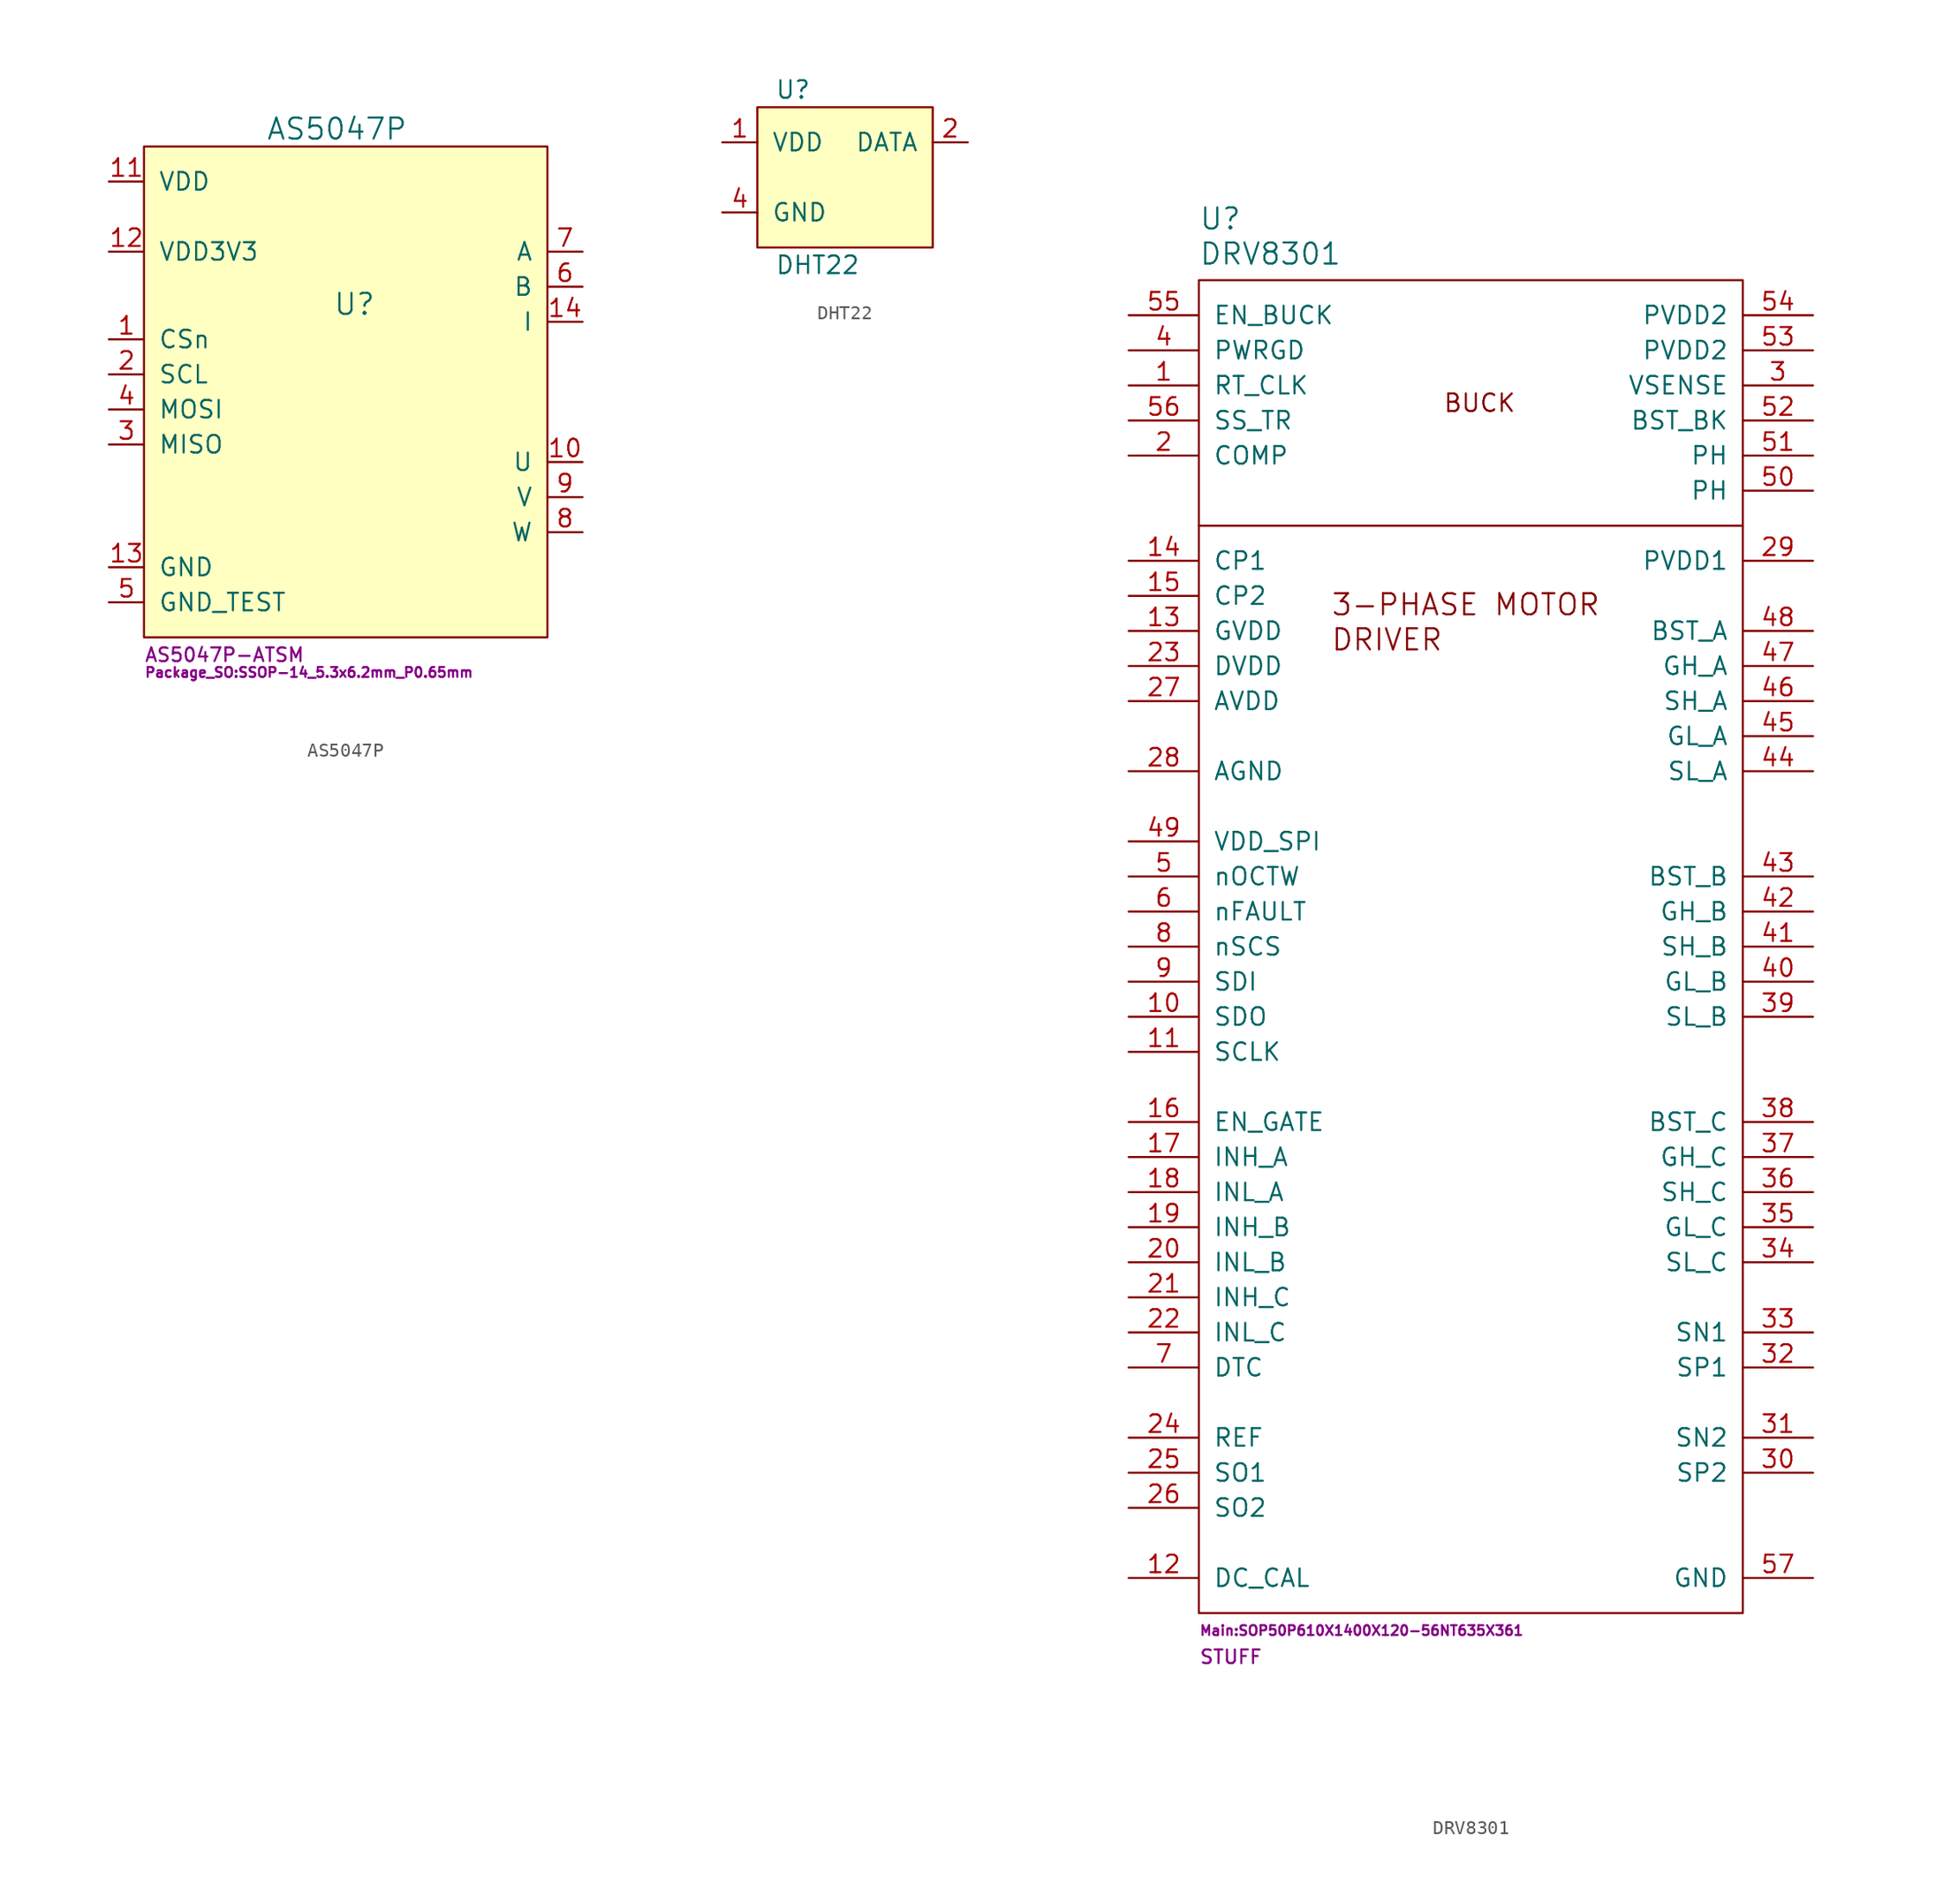
<source format=kicad_sym>
(kicad_symbol_lib
  (version 20231120)
  (generator "kicad_symbol_editor")
  (generator_version "8.0")
  (symbol "AS5047P"
    (pin_names
      (offset 1.016))
    (property "Reference" "U"
      (at 0 6.35 0)
      (effects (font (size 1.524 1.524))))
    (property "Value" "AS5047P"
      (at -1.27 19.05 0)
      (effects (font (size 1.524 1.524))))
    (property "Footprint" "Package_SO:SSOP-14_5.3x6.2mm_P0.65mm"
      (at -15.24 -20.32 0)
      (effects (font (size 0.711 0.711)) (justify left)))
    (property "MPN" "AS5047P-ATSM"
      (at -15.24 -19.05 0)
      (effects (font (size 0.991 0.991)) (justify left)))
    (symbol "AS5047P_0_1"
      (rectangle (start -15.24 17.78) (end 13.97 -17.78) (stroke (width 0) (type default)) (fill (type background))))
    (symbol "AS5047P_1_1"
      (pin input line (at -17.78 3.81 0) (length 2.54) (name "CSn" (effects (font (size 1.27 1.27)))) (number "1" (effects (font (size 1.27 1.27)))))
      (pin output line (at 16.51 -5.08 180) (length 2.54) (name "U" (effects (font (size 1.27 1.27)))) (number "10" (effects (font (size 1.27 1.27)))))
      (pin power_in line (at -17.78 15.24 0) (length 2.54) (name "VDD" (effects (font (size 1.27 1.27)))) (number "11" (effects (font (size 1.27 1.27)))))
      (pin power_in line (at -17.78 10.16 0) (length 2.54) (name "VDD3V3" (effects (font (size 1.27 1.27)))) (number "12" (effects (font (size 1.27 1.27)))))
      (pin power_in line (at -17.78 -12.7 0) (length 2.54) (name "GND" (effects (font (size 1.27 1.27)))) (number "13" (effects (font (size 1.27 1.27)))))
      (pin output line (at 16.51 5.08 180) (length 2.54) (name "I" (effects (font (size 1.27 1.27)))) (number "14" (effects (font (size 1.27 1.27)))))
      (pin input line (at -17.78 1.27 0) (length 2.54) (name "SCL" (effects (font (size 1.27 1.27)))) (number "2" (effects (font (size 1.27 1.27)))))
      (pin output line (at -17.78 -3.81 0) (length 2.54) (name "MISO" (effects (font (size 1.27 1.27)))) (number "3" (effects (font (size 1.27 1.27)))))
      (pin input line (at -17.78 -1.27 0) (length 2.54) (name "MOSI" (effects (font (size 1.27 1.27)))) (number "4" (effects (font (size 1.27 1.27)))))
      (pin power_in line (at -17.78 -15.24 0) (length 2.54) (name "GND_TEST" (effects (font (size 1.27 1.27)))) (number "5" (effects (font (size 1.27 1.27)))))
      (pin output line (at 16.51 7.62 180) (length 2.54) (name "B" (effects (font (size 1.27 1.27)))) (number "6" (effects (font (size 1.27 1.27)))))
      (pin output line (at 16.51 10.16 180) (length 2.54) (name "A" (effects (font (size 1.27 1.27)))) (number "7" (effects (font (size 1.27 1.27)))))
      (pin output line (at 16.51 -10.16 180) (length 2.54) (name "W" (effects (font (size 1.27 1.27)))) (number "8" (effects (font (size 1.27 1.27)))))
      (pin output line (at 16.51 -7.62 180) (length 2.54) (name "V" (effects (font (size 1.27 1.27)))) (number "9" (effects (font (size 1.27 1.27)))))))
  (symbol "DHT22"
    (pin_names
      (offset 1.016))
    (property "Reference" "U"
      (at -5.08 6.35 0)
      (effects (font (size 1.27 1.27)) (justify left)))
    (property "Value" "DHT22"
      (at -5.08 -6.35 0)
      (effects (font (size 1.27 1.27)) (justify left)))
    (symbol "DHT22_0_1"
      (rectangle (start -6.35 5.08) (end 6.35 -5.08) (stroke (width 0) (type default)) (fill (type background))))
    (symbol "DHT22_1_1"
      (pin power_in line (at -8.89 2.54 0) (length 2.54) (name "VDD" (effects (font (size 1.27 1.27)))) (number "1" (effects (font (size 1.27 1.27)))))
      (pin power_in line (at 8.89 2.54 180) (length 2.54) (name "DATA" (effects (font (size 1.27 1.27)))) (number "2" (effects (font (size 1.27 1.27)))))
      (pin no_connect line (at 8.89 -2.54 180) (length 2.54) hide (name "NULL" (effects (font (size 1.27 1.27)))) (number "3" (effects (font (size 1.27 1.27)))))
      (pin power_in line (at -8.89 -2.54 0) (length 2.54) (name "GND" (effects (font (size 1.27 1.27)))) (number "4" (effects (font (size 1.27 1.27)))))))
  (symbol "DRV8301"
    (pin_names
      (offset 1.016))
    (property "Reference" "U"
      (at -20.32 52.705 0)
      (effects (font (size 1.524 1.524)) (justify left)))
    (property "Value" "DRV8301"
      (at -20.32 50.165 0)
      (effects (font (size 1.524 1.524)) (justify left)))
    (property "Footprint" "Main:SOP50P610X1400X120-56NT635X361"
      (at -20.32 -49.53 0)
      (effects (font (size 0.711 0.711)) (justify left)))
    (property "Datasheet" ""
      (at 0 -15.24 0)
      (effects (font (size 1.524 1.524))))
    (property "SKU" "STUFF"
      (at -20.32 -51.435 0)
      (effects (font (size 0.991 0.991)) (justify left)))
    (symbol "DRV8301_0_0"
      (text "3-PHASE MOTOR" (at -10.795 24.765 0) (effects (font (size 1.524 1.524)) (justify left)))
      (text "BUCK" (at 0 39.37 0) (effects (font (size 1.27 1.27))))
      (text "DRIVER" (at -10.795 22.225 0) (effects (font (size 1.524 1.524)) (justify left))))
    (symbol "DRV8301_0_1"
      (rectangle (start -20.32 48.26) (end 19.05 -48.26) (stroke (width 0) (type default)) (fill (type none)))
      (polyline (pts (xy 19.05 30.48) (xy -20.32 30.48)) (stroke (width 0) (type default)) (fill (type none))))
    (symbol "DRV8301_1_1"
      (pin bidirectional line (at -25.4 40.64 0) (length 5.08) (name "RT_CLK" (effects (font (size 1.27 1.27)))) (number "1" (effects (font (size 1.27 1.27)))))
      (pin open_collector line (at -25.4 -5.08 0) (length 5.08) (name "SDO" (effects (font (size 1.27 1.27)))) (number "10" (effects (font (size 1.27 1.27)))))
      (pin input line (at -25.4 -7.62 0) (length 5.08) (name "SCLK" (effects (font (size 1.27 1.27)))) (number "11" (effects (font (size 1.27 1.27)))))
      (pin input line (at -25.4 -45.72 0) (length 5.08) (name "DC_CAL" (effects (font (size 1.27 1.27)))) (number "12" (effects (font (size 1.27 1.27)))))
      (pin power_out line (at -25.4 22.86 0) (length 5.08) (name "GVDD" (effects (font (size 1.27 1.27)))) (number "13" (effects (font (size 1.27 1.27)))))
      (pin bidirectional line (at -25.4 27.94 0) (length 5.08) (name "CP1" (effects (font (size 1.27 1.27)))) (number "14" (effects (font (size 1.27 1.27)))))
      (pin bidirectional line (at -25.4 25.4 0) (length 5.08) (name "CP2" (effects (font (size 1.27 1.27)))) (number "15" (effects (font (size 1.27 1.27)))))
      (pin input line (at -25.4 -12.7 0) (length 5.08) (name "EN_GATE" (effects (font (size 1.27 1.27)))) (number "16" (effects (font (size 1.27 1.27)))))
      (pin input line (at -25.4 -15.24 0) (length 5.08) (name "INH_A" (effects (font (size 1.27 1.27)))) (number "17" (effects (font (size 1.27 1.27)))))
      (pin input line (at -25.4 -17.78 0) (length 5.08) (name "INL_A" (effects (font (size 1.27 1.27)))) (number "18" (effects (font (size 1.27 1.27)))))
      (pin input line (at -25.4 -20.32 0) (length 5.08) (name "INH_B" (effects (font (size 1.27 1.27)))) (number "19" (effects (font (size 1.27 1.27)))))
      (pin bidirectional line (at -25.4 35.56 0) (length 5.08) (name "COMP" (effects (font (size 1.27 1.27)))) (number "2" (effects (font (size 1.27 1.27)))))
      (pin input line (at -25.4 -22.86 0) (length 5.08) (name "INL_B" (effects (font (size 1.27 1.27)))) (number "20" (effects (font (size 1.27 1.27)))))
      (pin input line (at -25.4 -25.4 0) (length 5.08) (name "INH_C" (effects (font (size 1.27 1.27)))) (number "21" (effects (font (size 1.27 1.27)))))
      (pin input line (at -25.4 -27.94 0) (length 5.08) (name "INL_C" (effects (font (size 1.27 1.27)))) (number "22" (effects (font (size 1.27 1.27)))))
      (pin power_out line (at -25.4 20.32 0) (length 5.08) (name "DVDD" (effects (font (size 1.27 1.27)))) (number "23" (effects (font (size 1.27 1.27)))))
      (pin input line (at -25.4 -35.56 0) (length 5.08) (name "REF" (effects (font (size 1.27 1.27)))) (number "24" (effects (font (size 1.27 1.27)))))
      (pin output line (at -25.4 -38.1 0) (length 5.08) (name "SO1" (effects (font (size 1.27 1.27)))) (number "25" (effects (font (size 1.27 1.27)))))
      (pin output line (at -25.4 -40.64 0) (length 5.08) (name "SO2" (effects (font (size 1.27 1.27)))) (number "26" (effects (font (size 1.27 1.27)))))
      (pin power_out line (at -25.4 17.78 0) (length 5.08) (name "AVDD" (effects (font (size 1.27 1.27)))) (number "27" (effects (font (size 1.27 1.27)))))
      (pin power_in line (at -25.4 12.7 0) (length 5.08) (name "AGND" (effects (font (size 1.27 1.27)))) (number "28" (effects (font (size 1.27 1.27)))))
      (pin output line (at 24.13 27.94 180) (length 5.08) (name "PVDD1" (effects (font (size 1.27 1.27)))) (number "29" (effects (font (size 1.27 1.27)))))
      (pin input line (at 24.13 40.64 180) (length 5.08) (name "VSENSE" (effects (font (size 1.27 1.27)))) (number "3" (effects (font (size 1.27 1.27)))))
      (pin input line (at 24.13 -38.1 180) (length 5.08) (name "SP2" (effects (font (size 1.27 1.27)))) (number "30" (effects (font (size 1.27 1.27)))))
      (pin input line (at 24.13 -35.56 180) (length 5.08) (name "SN2" (effects (font (size 1.27 1.27)))) (number "31" (effects (font (size 1.27 1.27)))))
      (pin input line (at 24.13 -30.48 180) (length 5.08) (name "SP1" (effects (font (size 1.27 1.27)))) (number "32" (effects (font (size 1.27 1.27)))))
      (pin input line (at 24.13 -27.94 180) (length 5.08) (name "SN1" (effects (font (size 1.27 1.27)))) (number "33" (effects (font (size 1.27 1.27)))))
      (pin input line (at 24.13 -22.86 180) (length 5.08) (name "SL_C" (effects (font (size 1.27 1.27)))) (number "34" (effects (font (size 1.27 1.27)))))
      (pin output line (at 24.13 -20.32 180) (length 5.08) (name "GL_C" (effects (font (size 1.27 1.27)))) (number "35" (effects (font (size 1.27 1.27)))))
      (pin input line (at 24.13 -17.78 180) (length 5.08) (name "SH_C" (effects (font (size 1.27 1.27)))) (number "36" (effects (font (size 1.27 1.27)))))
      (pin output line (at 24.13 -15.24 180) (length 5.08) (name "GH_C" (effects (font (size 1.27 1.27)))) (number "37" (effects (font (size 1.27 1.27)))))
      (pin power_out line (at 24.13 -12.7 180) (length 5.08) (name "BST_C" (effects (font (size 1.27 1.27)))) (number "38" (effects (font (size 1.27 1.27)))))
      (pin input line (at 24.13 -5.08 180) (length 5.08) (name "SL_B" (effects (font (size 1.27 1.27)))) (number "39" (effects (font (size 1.27 1.27)))))
      (pin open_collector line (at -25.4 43.18 0) (length 5.08) (name "PWRGD" (effects (font (size 1.27 1.27)))) (number "4" (effects (font (size 1.27 1.27)))))
      (pin output line (at 24.13 -2.54 180) (length 5.08) (name "GL_B" (effects (font (size 1.27 1.27)))) (number "40" (effects (font (size 1.27 1.27)))))
      (pin input line (at 24.13 0 180) (length 5.08) (name "SH_B" (effects (font (size 1.27 1.27)))) (number "41" (effects (font (size 1.27 1.27)))))
      (pin output line (at 24.13 2.54 180) (length 5.08) (name "GH_B" (effects (font (size 1.27 1.27)))) (number "42" (effects (font (size 1.27 1.27)))))
      (pin power_out line (at 24.13 5.08 180) (length 5.08) (name "BST_B" (effects (font (size 1.27 1.27)))) (number "43" (effects (font (size 1.27 1.27)))))
      (pin input line (at 24.13 12.7 180) (length 5.08) (name "SL_A" (effects (font (size 1.27 1.27)))) (number "44" (effects (font (size 1.27 1.27)))))
      (pin output line (at 24.13 15.24 180) (length 5.08) (name "GL_A" (effects (font (size 1.27 1.27)))) (number "45" (effects (font (size 1.27 1.27)))))
      (pin input line (at 24.13 17.78 180) (length 5.08) (name "SH_A" (effects (font (size 1.27 1.27)))) (number "46" (effects (font (size 1.27 1.27)))))
      (pin output line (at 24.13 20.32 180) (length 5.08) (name "GH_A" (effects (font (size 1.27 1.27)))) (number "47" (effects (font (size 1.27 1.27)))))
      (pin power_out line (at 24.13 22.86 180) (length 5.08) (name "BST_A" (effects (font (size 1.27 1.27)))) (number "48" (effects (font (size 1.27 1.27)))))
      (pin power_in line (at -25.4 7.62 0) (length 5.08) (name "VDD_SPI" (effects (font (size 1.27 1.27)))) (number "49" (effects (font (size 1.27 1.27)))))
      (pin open_collector line (at -25.4 5.08 0) (length 5.08) (name "nOCTW" (effects (font (size 1.27 1.27)))) (number "5" (effects (font (size 1.27 1.27)))))
      (pin power_in line (at 24.13 33.02 180) (length 5.08) (name "PH" (effects (font (size 1.27 1.27)))) (number "50" (effects (font (size 1.27 1.27)))))
      (pin power_in line (at 24.13 35.56 180) (length 5.08) (name "PH" (effects (font (size 1.27 1.27)))) (number "51" (effects (font (size 1.27 1.27)))))
      (pin power_out line (at 24.13 38.1 180) (length 5.08) (name "BST_BK" (effects (font (size 1.27 1.27)))) (number "52" (effects (font (size 1.27 1.27)))))
      (pin power_in line (at 24.13 43.18 180) (length 5.08) (name "PVDD2" (effects (font (size 1.27 1.27)))) (number "53" (effects (font (size 1.27 1.27)))))
      (pin power_in line (at 24.13 45.72 180) (length 5.08) (name "PVDD2" (effects (font (size 1.27 1.27)))) (number "54" (effects (font (size 1.27 1.27)))))
      (pin input line (at -25.4 45.72 0) (length 5.08) (name "EN_BUCK" (effects (font (size 1.27 1.27)))) (number "55" (effects (font (size 1.27 1.27)))))
      (pin input line (at -25.4 38.1 0) (length 5.08) (name "SS_TR" (effects (font (size 1.27 1.27)))) (number "56" (effects (font (size 1.27 1.27)))))
      (pin power_in line (at 24.13 -45.72 180) (length 5.08) (name "GND" (effects (font (size 1.27 1.27)))) (number "57" (effects (font (size 1.27 1.27)))))
      (pin open_collector line (at -25.4 2.54 0) (length 5.08) (name "nFAULT" (effects (font (size 1.27 1.27)))) (number "6" (effects (font (size 1.27 1.27)))))
      (pin input line (at -25.4 -30.48 0) (length 5.08) (name "DTC" (effects (font (size 1.27 1.27)))) (number "7" (effects (font (size 1.27 1.27)))))
      (pin input line (at -25.4 0 0) (length 5.08) (name "nSCS" (effects (font (size 1.27 1.27)))) (number "8" (effects (font (size 1.27 1.27)))))
      (pin input line (at -25.4 -2.54 0) (length 5.08) (name "SDI" (effects (font (size 1.27 1.27)))) (number "9" (effects (font (size 1.27 1.27))))))))
</source>
